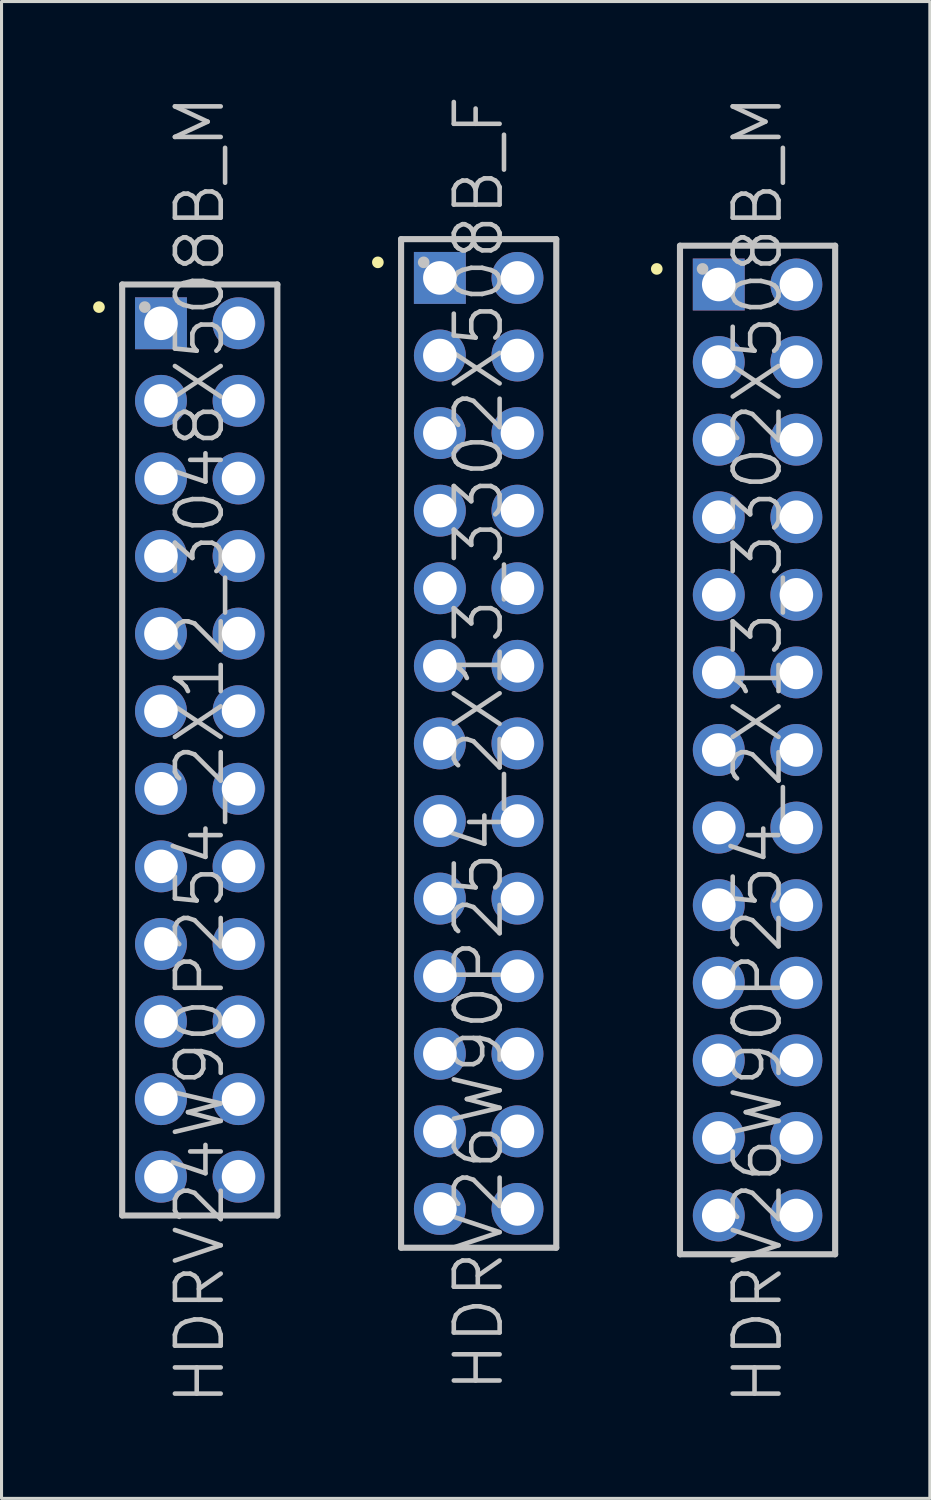
<source format=kicad_pcb>
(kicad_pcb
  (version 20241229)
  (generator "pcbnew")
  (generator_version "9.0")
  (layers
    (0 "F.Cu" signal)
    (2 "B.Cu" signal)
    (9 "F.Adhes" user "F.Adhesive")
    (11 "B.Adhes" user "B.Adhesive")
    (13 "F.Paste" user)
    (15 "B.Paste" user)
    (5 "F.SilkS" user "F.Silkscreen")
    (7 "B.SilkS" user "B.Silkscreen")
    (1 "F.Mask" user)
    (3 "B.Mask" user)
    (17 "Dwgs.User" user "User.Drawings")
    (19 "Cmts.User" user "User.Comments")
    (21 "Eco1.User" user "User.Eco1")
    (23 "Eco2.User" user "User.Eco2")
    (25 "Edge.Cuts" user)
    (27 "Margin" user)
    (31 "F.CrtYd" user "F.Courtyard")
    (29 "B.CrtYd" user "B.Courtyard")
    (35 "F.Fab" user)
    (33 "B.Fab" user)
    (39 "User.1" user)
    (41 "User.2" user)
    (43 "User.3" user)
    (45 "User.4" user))
  (footprint "HDRV26W90P254_2X13_3302X508B_M"
    (layer "F.Cu")
    (at 21.752 21.504)
    (property "Reference" "HDRV26W90P254_2X13_3302X508B_M" (at 0 0 90) (layer "Dwgs.User") (effects (font (size 1.5 1.5) (thickness 0.15))))
    (attr through_hole)
    (fp_line (start -3.3 -15.75) (end -3.3 -15.75) (stroke (width 0.381) (type solid)) (layer "F.SilkS"))
    (fp_line (start -2.54 -16.51) (end -2.54 16.51) (stroke (width 0.2) (type solid)) (layer "Dwgs.User"))
    (fp_line (start -2.54 -16.51) (end 2.54 -16.51) (stroke (width 0.2) (type solid)) (layer "Dwgs.User"))
    (fp_line (start -2.54 16.51) (end 2.54 16.51) (stroke (width 0.2) (type solid)) (layer "Dwgs.User"))
    (fp_line (start -1.8 -15.75) (end -1.8 -15.75) (stroke (width 0.381) (type solid)) (layer "Dwgs.User"))
    (fp_line (start 2.54 -16.51) (end 2.54 16.51) (stroke (width 0.2) (type solid)) (layer "Dwgs.User"))
    (pad "1" thru_hole rect (at -1.27 -15.24) (size 1.7 1.7) (drill 1.1) (layers "*.Cu" "*.Mask"))
    (pad "2" thru_hole circle (at 1.27 -15.24 270) (size 1.7 1.7) (drill 1.1) (layers "*.Cu" "*.Mask"))
    (pad "3" thru_hole circle (at -1.27 -12.7 270) (size 1.7 1.7) (drill 1.1) (layers "*.Cu" "*.Mask"))
    (pad "4" thru_hole circle (at 1.27 -12.7 270) (size 1.7 1.7) (drill 1.1) (layers "*.Cu" "*.Mask"))
    (pad "5" thru_hole circle (at -1.27 -10.16 270) (size 1.7 1.7) (drill 1.1) (layers "*.Cu" "*.Mask"))
    (pad "6" thru_hole circle (at 1.27 -10.16 270) (size 1.7 1.7) (drill 1.1) (layers "*.Cu" "*.Mask"))
    (pad "7" thru_hole circle (at -1.27 -7.62 270) (size 1.7 1.7) (drill 1.1) (layers "*.Cu" "*.Mask"))
    (pad "8" thru_hole circle (at 1.27 -7.62 270) (size 1.7 1.7) (drill 1.1) (layers "*.Cu" "*.Mask"))
    (pad "9" thru_hole circle (at -1.27 -5.08 270) (size 1.7 1.7) (drill 1.1) (layers "*.Cu" "*.Mask"))
    (pad "10" thru_hole circle (at 1.27 -5.08 270) (size 1.7 1.7) (drill 1.1) (layers "*.Cu" "*.Mask"))
    (pad "11" thru_hole circle (at -1.27 -2.54 270) (size 1.7 1.7) (drill 1.1) (layers "*.Cu" "*.Mask"))
    (pad "12" thru_hole circle (at 1.27 -2.54 270) (size 1.7 1.7) (drill 1.1) (layers "*.Cu" "*.Mask"))
    (pad "13" thru_hole circle (at -1.27 0 270) (size 1.7 1.7) (drill 1.1) (layers "*.Cu" "*.Mask"))
    (pad "14" thru_hole circle (at 1.27 0 270) (size 1.7 1.7) (drill 1.1) (layers "*.Cu" "*.Mask"))
    (pad "15" thru_hole circle (at -1.27 2.54 270) (size 1.7 1.7) (drill 1.1) (layers "*.Cu" "*.Mask"))
    (pad "16" thru_hole circle (at 1.27 2.54 270) (size 1.7 1.7) (drill 1.1) (layers "*.Cu" "*.Mask"))
    (pad "17" thru_hole circle (at -1.27 5.08 270) (size 1.7 1.7) (drill 1.1) (layers "*.Cu" "*.Mask"))
    (pad "18" thru_hole circle (at 1.27 5.08 270) (size 1.7 1.7) (drill 1.1) (layers "*.Cu" "*.Mask"))
    (pad "19" thru_hole circle (at -1.27 7.62 270) (size 1.7 1.7) (drill 1.1) (layers "*.Cu" "*.Mask"))
    (pad "20" thru_hole circle (at 1.27 7.62 270) (size 1.7 1.7) (drill 1.1) (layers "*.Cu" "*.Mask"))
    (pad "21" thru_hole circle (at -1.27 10.16 270) (size 1.7 1.7) (drill 1.1) (layers "*.Cu" "*.Mask"))
    (pad "22" thru_hole circle (at 1.27 10.16 270) (size 1.7 1.7) (drill 1.1) (layers "*.Cu" "*.Mask"))
    (pad "23" thru_hole circle (at -1.27 12.7 270) (size 1.7 1.7) (drill 1.1) (layers "*.Cu" "*.Mask"))
    (pad "24" thru_hole circle (at 1.27 12.7 270) (size 1.7 1.7) (drill 1.1) (layers "*.Cu" "*.Mask"))
    (pad "25" thru_hole circle (at -1.27 15.24 270) (size 1.7 1.7) (drill 1.1) (layers "*.Cu" "*.Mask"))
    (pad "26" thru_hole circle (at 1.27 15.24 270) (size 1.7 1.7) (drill 1.1) (layers "*.Cu" "*.Mask")))
  (footprint "HDRV24W90P254_2X12_3048X508B_M"
    (layer "F.Cu")
    (at 3.49 21.504)
    (property "Reference" "HDRV24W90P254_2X12_3048X508B_M" (at 0 0 90) (layer "Dwgs.User") (effects (font (size 1.5 1.5) (thickness 0.15))))
    (attr through_hole)
    (fp_line (start -3.3 -14.5) (end -3.3 -14.5) (stroke (width 0.381) (type solid)) (layer "F.SilkS"))
    (fp_line (start -2.54 -15.24) (end -2.54 15.24) (stroke (width 0.2) (type solid)) (layer "Dwgs.User"))
    (fp_line (start -2.54 -15.24) (end 2.54 -15.24) (stroke (width 0.2) (type solid)) (layer "Dwgs.User"))
    (fp_line (start -2.54 15.24) (end 2.54 15.24) (stroke (width 0.2) (type solid)) (layer "Dwgs.User"))
    (fp_line (start -1.8 -14.5) (end -1.8 -14.5) (stroke (width 0.381) (type solid)) (layer "Dwgs.User"))
    (fp_line (start 2.54 -15.24) (end 2.54 15.24) (stroke (width 0.2) (type solid)) (layer "Dwgs.User"))
    (pad "1" thru_hole rect (at -1.27 -13.97) (size 1.7 1.7) (drill 1.1) (layers "*.Cu" "*.Mask"))
    (pad "2" thru_hole circle (at 1.27 -13.97 270) (size 1.7 1.7) (drill 1.1) (layers "*.Cu" "*.Mask"))
    (pad "3" thru_hole circle (at -1.27 -11.43 270) (size 1.7 1.7) (drill 1.1) (layers "*.Cu" "*.Mask"))
    (pad "4" thru_hole circle (at 1.27 -11.43 270) (size 1.7 1.7) (drill 1.1) (layers "*.Cu" "*.Mask"))
    (pad "5" thru_hole circle (at -1.27 -8.89 270) (size 1.7 1.7) (drill 1.1) (layers "*.Cu" "*.Mask"))
    (pad "6" thru_hole circle (at 1.27 -8.89 270) (size 1.7 1.7) (drill 1.1) (layers "*.Cu" "*.Mask"))
    (pad "7" thru_hole circle (at -1.27 -6.35 270) (size 1.7 1.7) (drill 1.1) (layers "*.Cu" "*.Mask"))
    (pad "8" thru_hole circle (at 1.27 -6.35 270) (size 1.7 1.7) (drill 1.1) (layers "*.Cu" "*.Mask"))
    (pad "9" thru_hole circle (at -1.27 -3.81 270) (size 1.7 1.7) (drill 1.1) (layers "*.Cu" "*.Mask"))
    (pad "10" thru_hole circle (at 1.27 -3.81 270) (size 1.7 1.7) (drill 1.1) (layers "*.Cu" "*.Mask"))
    (pad "11" thru_hole circle (at -1.27 -1.27 270) (size 1.7 1.7) (drill 1.1) (layers "*.Cu" "*.Mask"))
    (pad "12" thru_hole circle (at 1.27 -1.27 270) (size 1.7 1.7) (drill 1.1) (layers "*.Cu" "*.Mask"))
    (pad "13" thru_hole circle (at -1.27 1.27 270) (size 1.7 1.7) (drill 1.1) (layers "*.Cu" "*.Mask"))
    (pad "14" thru_hole circle (at 1.27 1.27 270) (size 1.7 1.7) (drill 1.1) (layers "*.Cu" "*.Mask"))
    (pad "15" thru_hole circle (at -1.27 3.81 270) (size 1.7 1.7) (drill 1.1) (layers "*.Cu" "*.Mask"))
    (pad "16" thru_hole circle (at 1.27 3.81 270) (size 1.7 1.7) (drill 1.1) (layers "*.Cu" "*.Mask"))
    (pad "17" thru_hole circle (at -1.27 6.35 270) (size 1.7 1.7) (drill 1.1) (layers "*.Cu" "*.Mask"))
    (pad "18" thru_hole circle (at 1.27 6.35 270) (size 1.7 1.7) (drill 1.1) (layers "*.Cu" "*.Mask"))
    (pad "19" thru_hole circle (at -1.27 8.89 270) (size 1.7 1.7) (drill 1.1) (layers "*.Cu" "*.Mask"))
    (pad "20" thru_hole circle (at 1.27 8.89 270) (size 1.7 1.7) (drill 1.1) (layers "*.Cu" "*.Mask"))
    (pad "21" thru_hole circle (at -1.27 11.43 270) (size 1.7 1.7) (drill 1.1) (layers "*.Cu" "*.Mask"))
    (pad "22" thru_hole circle (at 1.27 11.43 270) (size 1.7 1.7) (drill 1.1) (layers "*.Cu" "*.Mask"))
    (pad "23" thru_hole circle (at -1.27 13.97 270) (size 1.7 1.7) (drill 1.1) (layers "*.Cu" "*.Mask"))
    (pad "24" thru_hole circle (at 1.27 13.97 270) (size 1.7 1.7) (drill 1.1) (layers "*.Cu" "*.Mask")))
  (footprint "HDRV26W90P254_2X13_3302X508B_F"
    (layer "F.Cu")
    (at 12.621 21.289)
    (property "Reference" "HDRV26W90P254_2X13_3302X508B_F" (at 0 0 90) (layer "Dwgs.User") (effects (font (size 1.5 1.5) (thickness 0.15))))
    (attr through_hole)
    (fp_line (start -3.3 -15.75) (end -3.3 -15.75) (stroke (width 0.381) (type solid)) (layer "F.SilkS"))
    (fp_line (start -2.54 -16.51) (end -2.54 16.51) (stroke (width 0.2) (type solid)) (layer "Dwgs.User"))
    (fp_line (start -2.54 -16.51) (end 2.54 -16.51) (stroke (width 0.2) (type solid)) (layer "Dwgs.User"))
    (fp_line (start -2.54 16.51) (end 2.54 16.51) (stroke (width 0.2) (type solid)) (layer "Dwgs.User"))
    (fp_line (start -1.8 -15.75) (end -1.8 -15.75) (stroke (width 0.381) (type solid)) (layer "Dwgs.User"))
    (fp_line (start 2.54 -16.51) (end 2.54 16.51) (stroke (width 0.2) (type solid)) (layer "Dwgs.User"))
    (pad "1" thru_hole rect (at -1.27 -15.24) (size 1.7 1.7) (drill 1.1) (layers "*.Cu" "*.Mask"))
    (pad "2" thru_hole circle (at 1.27 -15.24 270) (size 1.7 1.7) (drill 1.1) (layers "*.Cu" "*.Mask"))
    (pad "3" thru_hole circle (at -1.27 -12.7 270) (size 1.7 1.7) (drill 1.1) (layers "*.Cu" "*.Mask"))
    (pad "4" thru_hole circle (at 1.27 -12.7 270) (size 1.7 1.7) (drill 1.1) (layers "*.Cu" "*.Mask"))
    (pad "5" thru_hole circle (at -1.27 -10.16 270) (size 1.7 1.7) (drill 1.1) (layers "*.Cu" "*.Mask"))
    (pad "6" thru_hole circle (at 1.27 -10.16 270) (size 1.7 1.7) (drill 1.1) (layers "*.Cu" "*.Mask"))
    (pad "7" thru_hole circle (at -1.27 -7.62 270) (size 1.7 1.7) (drill 1.1) (layers "*.Cu" "*.Mask"))
    (pad "8" thru_hole circle (at 1.27 -7.62 270) (size 1.7 1.7) (drill 1.1) (layers "*.Cu" "*.Mask"))
    (pad "9" thru_hole circle (at -1.27 -5.08 270) (size 1.7 1.7) (drill 1.1) (layers "*.Cu" "*.Mask"))
    (pad "10" thru_hole circle (at 1.27 -5.08 270) (size 1.7 1.7) (drill 1.1) (layers "*.Cu" "*.Mask"))
    (pad "11" thru_hole circle (at -1.27 -2.54 270) (size 1.7 1.7) (drill 1.1) (layers "*.Cu" "*.Mask"))
    (pad "12" thru_hole circle (at 1.27 -2.54 270) (size 1.7 1.7) (drill 1.1) (layers "*.Cu" "*.Mask"))
    (pad "13" thru_hole circle (at -1.27 0 270) (size 1.7 1.7) (drill 1.1) (layers "*.Cu" "*.Mask"))
    (pad "14" thru_hole circle (at 1.27 0 270) (size 1.7 1.7) (drill 1.1) (layers "*.Cu" "*.Mask"))
    (pad "15" thru_hole circle (at -1.27 2.54 270) (size 1.7 1.7) (drill 1.1) (layers "*.Cu" "*.Mask"))
    (pad "16" thru_hole circle (at 1.27 2.54 270) (size 1.7 1.7) (drill 1.1) (layers "*.Cu" "*.Mask"))
    (pad "17" thru_hole circle (at -1.27 5.08 270) (size 1.7 1.7) (drill 1.1) (layers "*.Cu" "*.Mask"))
    (pad "18" thru_hole circle (at 1.27 5.08 270) (size 1.7 1.7) (drill 1.1) (layers "*.Cu" "*.Mask"))
    (pad "19" thru_hole circle (at -1.27 7.62 270) (size 1.7 1.7) (drill 1.1) (layers "*.Cu" "*.Mask"))
    (pad "20" thru_hole circle (at 1.27 7.62 270) (size 1.7 1.7) (drill 1.1) (layers "*.Cu" "*.Mask"))
    (pad "21" thru_hole circle (at -1.27 10.16 270) (size 1.7 1.7) (drill 1.1) (layers "*.Cu" "*.Mask"))
    (pad "22" thru_hole circle (at 1.27 10.16 270) (size 1.7 1.7) (drill 1.1) (layers "*.Cu" "*.Mask"))
    (pad "23" thru_hole circle (at -1.27 12.7 270) (size 1.7 1.7) (drill 1.1) (layers "*.Cu" "*.Mask"))
    (pad "24" thru_hole circle (at 1.27 12.7 270) (size 1.7 1.7) (drill 1.1) (layers "*.Cu" "*.Mask"))
    (pad "25" thru_hole circle (at -1.27 15.24 270) (size 1.7 1.7) (drill 1.1) (layers "*.Cu" "*.Mask"))
    (pad "26" thru_hole circle (at 1.27 15.24 270) (size 1.7 1.7) (drill 1.1) (layers "*.Cu" "*.Mask")))
  (gr_rect
    (start -3 -3)
    (end 27.392 46.007)
    (stroke (width 0.1) (type default))
    (fill no)
    (layer "Edge.Cuts")))
</source>
